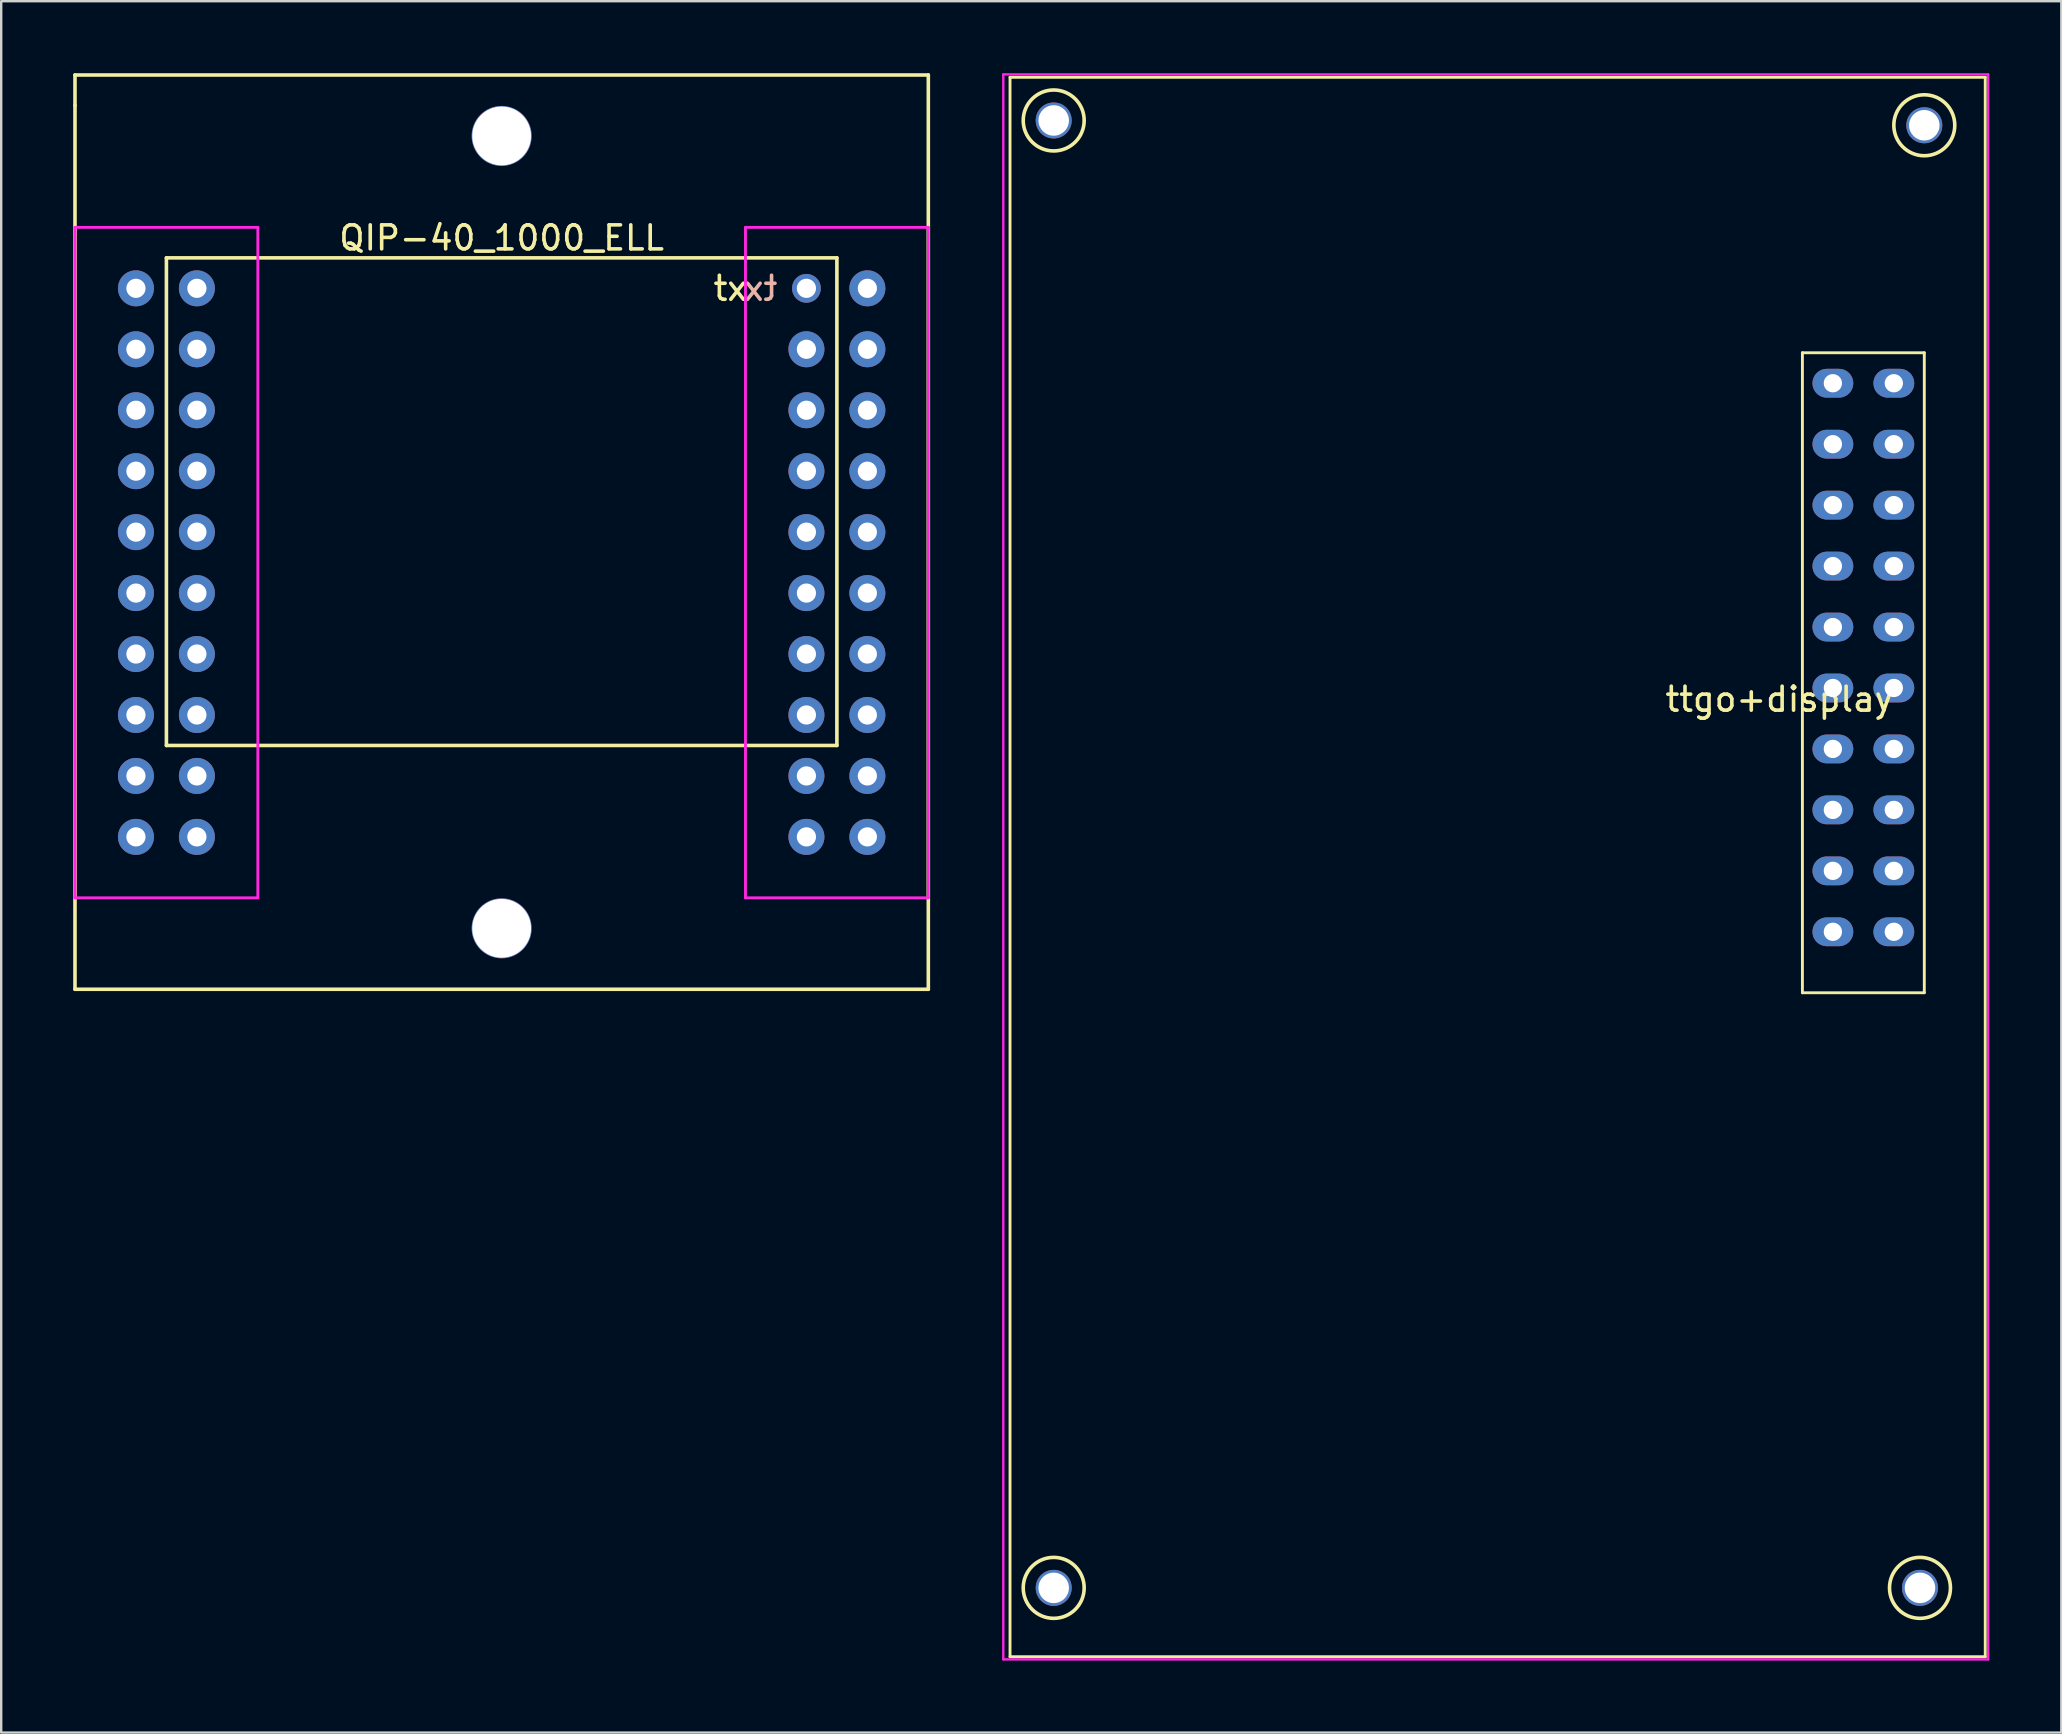
<source format=kicad_pcb>
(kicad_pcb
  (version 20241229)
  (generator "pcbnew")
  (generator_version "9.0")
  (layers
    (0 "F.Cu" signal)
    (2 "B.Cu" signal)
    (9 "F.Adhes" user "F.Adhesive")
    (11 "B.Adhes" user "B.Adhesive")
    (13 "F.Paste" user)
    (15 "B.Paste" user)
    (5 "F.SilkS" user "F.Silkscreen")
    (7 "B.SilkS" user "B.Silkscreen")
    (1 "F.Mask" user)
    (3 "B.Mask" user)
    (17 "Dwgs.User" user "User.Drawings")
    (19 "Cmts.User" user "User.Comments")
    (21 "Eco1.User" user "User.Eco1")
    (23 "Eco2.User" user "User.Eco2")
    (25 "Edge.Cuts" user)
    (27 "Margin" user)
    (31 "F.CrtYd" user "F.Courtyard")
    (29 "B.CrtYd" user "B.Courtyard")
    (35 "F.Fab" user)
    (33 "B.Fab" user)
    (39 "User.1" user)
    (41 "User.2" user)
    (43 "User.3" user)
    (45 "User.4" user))
  (footprint "ttgo+display"
    (layer "F.Cu")
    (at 59.36 31.97)
    (property "Reference" "ttgo+display" (at 11.736 -5.881 0) (layer "F.SilkS") (effects (font (size 1 1) (thickness 0.15))))
    (attr through_hole)
    (fp_line (start -20.32 -31.8) (end -20.32 34.02) (stroke (width 0.12) (type solid)) (layer "F.SilkS"))
    (fp_line (start -20.32 34.02) (end 20.32 34.02) (stroke (width 0.12) (type solid)) (layer "F.SilkS"))
    (fp_line (start 12.7 -20.32) (end 12.7 6.35) (stroke (width 0.12) (type solid)) (layer "F.SilkS"))
    (fp_line (start 12.7 6.35) (end 17.78 6.35) (stroke (width 0.12) (type solid)) (layer "F.SilkS"))
    (fp_line (start 17.78 -20.32) (end 12.7 -20.32) (stroke (width 0.12) (type solid)) (layer "F.SilkS"))
    (fp_line (start 17.78 6.35) (end 17.78 -20.32) (stroke (width 0.12) (type solid)) (layer "F.SilkS"))
    (fp_line (start 20.32 -31.8) (end -20.32 -31.8) (stroke (width 0.12) (type solid)) (layer "F.SilkS"))
    (fp_line (start 20.32 34.02) (end 20.32 -31.8) (stroke (width 0.12) (type solid)) (layer "F.SilkS"))
    (fp_circle (center -18.5 -30) (end -17.23 -30) (stroke (width 0.15) (type solid)) (fill no) (layer "F.SilkS"))
    (fp_circle (center -18.5 31.15) (end -17.23 31.15) (stroke (width 0.15) (type solid)) (fill no) (layer "F.SilkS"))
    (fp_circle (center 17.6 31.15) (end 18.87 31.15) (stroke (width 0.15) (type solid)) (fill no) (layer "F.SilkS"))
    (fp_circle (center 17.78 -29.8) (end 19.05 -29.8) (stroke (width 0.15) (type solid)) (fill no) (layer "F.SilkS"))
    (fp_line (start -20.6 -31.92) (end -20.6 34.13) (stroke (width 0.1) (type solid)) (layer "F.CrtYd"))
    (fp_line (start -20.6 34.13) (end 20.44 34.13) (stroke (width 0.1) (type solid)) (layer "F.CrtYd"))
    (fp_line (start 20.44 -31.92) (end -20.6 -31.92) (stroke (width 0.1) (type solid)) (layer "F.CrtYd"))
    (fp_line (start 20.44 34.13) (end 20.44 -31.92) (stroke (width 0.1) (type solid)) (layer "F.CrtYd"))
    (pad "1" thru_hole oval (at 13.97 -19.05) (size 1.7 1.2) (drill 0.762) (layers "*.Cu" "*.Mask"))
    (pad "2" thru_hole oval (at 13.97 -16.51) (size 1.7 1.2) (drill 0.762) (layers "*.Cu" "*.Mask"))
    (pad "3" thru_hole oval (at 13.97 -13.97) (size 1.7 1.2) (drill 0.762) (layers "*.Cu" "*.Mask"))
    (pad "4" thru_hole oval (at 13.97 -11.43) (size 1.7 1.2) (drill 0.762) (layers "*.Cu" "*.Mask"))
    (pad "5" thru_hole oval (at 13.97 -8.89) (size 1.7 1.2) (drill 0.762) (layers "*.Cu" "*.Mask"))
    (pad "6" thru_hole oval (at 13.97 -6.35) (size 1.7 1.2) (drill 0.762) (layers "*.Cu" "*.Mask"))
    (pad "7" thru_hole oval (at 13.97 -3.81) (size 1.7 1.2) (drill 0.762) (layers "*.Cu" "*.Mask"))
    (pad "8" thru_hole oval (at 13.97 -1.27) (size 1.7 1.2) (drill 0.762) (layers "*.Cu" "*.Mask"))
    (pad "9" thru_hole oval (at 13.97 1.27) (size 1.7 1.2) (drill 0.762) (layers "*.Cu" "*.Mask"))
    (pad "10" thru_hole oval (at 13.97 3.81) (size 1.7 1.2) (drill 0.762) (layers "*.Cu" "*.Mask"))
    (pad "11" thru_hole oval (at 16.51 3.81) (size 1.7 1.2) (drill 0.762) (layers "*.Cu" "*.Mask"))
    (pad "12" thru_hole oval (at 16.51 1.27) (size 1.7 1.2) (drill 0.762) (layers "*.Cu" "*.Mask"))
    (pad "13" thru_hole oval (at 16.51 -1.27) (size 1.7 1.2) (drill 0.762) (layers "*.Cu" "*.Mask"))
    (pad "14" thru_hole oval (at 16.51 -3.81) (size 1.7 1.2) (drill 0.762) (layers "*.Cu" "*.Mask"))
    (pad "15" thru_hole oval (at 16.51 -6.35) (size 1.7 1.2) (drill 0.762) (layers "*.Cu" "*.Mask"))
    (pad "16" thru_hole oval (at 16.51 -8.89) (size 1.7 1.2) (drill 0.762) (layers "*.Cu" "*.Mask"))
    (pad "17" thru_hole oval (at 16.51 -11.43) (size 1.7 1.2) (drill 0.762) (layers "*.Cu" "*.Mask"))
    (pad "18" thru_hole oval (at 16.51 -13.97) (size 1.7 1.2) (drill 0.762) (layers "*.Cu" "*.Mask"))
    (pad "19" thru_hole oval (at 16.51 -16.51) (size 1.7 1.2) (drill 0.762) (layers "*.Cu" "*.Mask"))
    (pad "20" thru_hole oval (at 16.51 -19.05) (size 1.7 1.2) (drill 0.762) (layers "*.Cu" "*.Mask"))
    (pad "21" thru_hole oval (at -18.5 -30) (size 1.5 1.5) (drill 1.27) (layers "*.Cu" "*.Mask"))
    (pad "21" thru_hole oval (at -18.5 31.15) (size 1.5 1.5) (drill 1.27) (layers "*.Cu" "*.Mask"))
    (pad "21" thru_hole oval (at 17.6 31.15) (size 1.5 1.5) (drill 1.27) (layers "*.Cu" "*.Mask"))
    (pad "21" thru_hole oval (at 17.78 -29.8) (size 1.5 1.5) (drill 1.27) (layers "*.Cu" "*.Mask")))
  (footprint "QIP-40_1000_ELL"
    (layer "F.Cu")
    (at 17.855 19.125)
    (property "Reference" "QIP-40_1000_ELL" (at 0 -12.26 0) (layer "F.SilkS") (effects (font (size 1 1) (thickness 0.15))))
    (attr through_hole)
    (fp_line (start -17.78 -19.05) (end -17.78 -17.78) (stroke (width 0.15) (type solid)) (layer "F.SilkS"))
    (fp_line (start -17.78 -17.78) (end -17.78 19.05) (stroke (width 0.15) (type solid)) (layer "F.SilkS"))
    (fp_line (start -17.78 19.05) (end 17.78 19.05) (stroke (width 0.15) (type solid)) (layer "F.SilkS"))
    (fp_line (start -13.97 -11.43) (end -13.97 8.89) (stroke (width 0.15) (type solid)) (layer "F.SilkS"))
    (fp_line (start -13.97 8.89) (end 13.97 8.89) (stroke (width 0.15) (type solid)) (layer "F.SilkS"))
    (fp_line (start 13.97 -11.43) (end -13.97 -11.43) (stroke (width 0.15) (type solid)) (layer "F.SilkS"))
    (fp_line (start 13.97 8.89) (end 13.97 -11.43) (stroke (width 0.15) (type solid)) (layer "F.SilkS"))
    (fp_line (start 17.78 -19.05) (end -17.78 -19.05) (stroke (width 0.15) (type solid)) (layer "F.SilkS"))
    (fp_line (start 17.78 19.05) (end 17.78 -19.05) (stroke (width 0.15) (type solid)) (layer "F.SilkS"))
    (fp_line (start -17.78 -12.7) (end -10.16 -12.7) (stroke (width 0.12) (type solid)) (layer "F.CrtYd"))
    (fp_line (start -17.78 15.24) (end -17.78 -12.7) (stroke (width 0.12) (type solid)) (layer "F.CrtYd"))
    (fp_line (start -10.16 -12.7) (end -10.16 15.24) (stroke (width 0.12) (type solid)) (layer "F.CrtYd"))
    (fp_line (start -10.16 15.24) (end -17.78 15.24) (stroke (width 0.12) (type solid)) (layer "F.CrtYd"))
    (fp_line (start 10.16 -12.7) (end 10.16 15.24) (stroke (width 0.12) (type solid)) (layer "F.CrtYd"))
    (fp_line (start 10.16 -12.7) (end 17.78 -12.7) (stroke (width 0.12) (type solid)) (layer "F.CrtYd"))
    (fp_line (start 17.78 -12.7) (end 17.78 15.24) (stroke (width 0.12) (type solid)) (layer "F.CrtYd"))
    (fp_line (start 17.78 15.24) (end 10.16 15.24) (stroke (width 0.12) (type solid)) (layer "F.CrtYd"))
    (fp_text user "tx" (at 9.525 -10.16 0) (layer "F.SilkS") (effects (font (size 1 1) (thickness 0.15))))
    (fp_text user "tx" (at 10.795 -10.16 0) (layer "B.SilkS") (effects (font (size 1 1) (thickness 0.15)) (justify mirror)))
    (pad "" thru_hole circle (at 0 -16.51 270) (size 2.5 2.5) (drill 2.45) (layers "*.Cu" "*.Mask"))
    (pad "" thru_hole circle (at 0 16.51 270) (size 2.5 2.5) (drill 2.45) (layers "*.Cu" "*.Mask"))
    (pad "1" thru_hole circle (at -12.7 -10.16 270) (size 1.5 1.5) (drill 0.8) (layers "*.Cu" "*.Mask"))
    (pad "2" thru_hole circle (at -12.7 -7.62 270) (size 1.5 1.5) (drill 0.8) (layers "*.Cu" "*.Mask"))
    (pad "3" thru_hole circle (at -12.7 -5.08 270) (size 1.5 1.5) (drill 0.8) (layers "*.Cu" "*.Mask"))
    (pad "4" thru_hole circle (at -12.7 -2.54 270) (size 1.5 1.5) (drill 0.8) (layers "*.Cu" "*.Mask"))
    (pad "5" thru_hole circle (at -12.7 0 270) (size 1.5 1.5) (drill 0.8) (layers "*.Cu" "*.Mask"))
    (pad "6" thru_hole circle (at -12.7 2.54 270) (size 1.5 1.5) (drill 0.8) (layers "*.Cu" "*.Mask"))
    (pad "7" thru_hole circle (at -12.7 5.08 270) (size 1.5 1.5) (drill 0.8) (layers "*.Cu" "*.Mask"))
    (pad "8" thru_hole circle (at -12.7 7.62 270) (size 1.5 1.5) (drill 0.8) (layers "*.Cu" "*.Mask"))
    (pad "9" thru_hole circle (at -12.7 10.16 270) (size 1.5 1.5) (drill 0.8) (layers "*.Cu" "*.Mask"))
    (pad "10" thru_hole circle (at -12.7 12.7 270) (size 1.5 1.5) (drill 0.8) (layers "*.Cu" "*.Mask"))
    (pad "11" thru_hole circle (at 12.7 12.7 270) (size 1.5 1.5) (drill 0.8) (layers "*.Cu" "*.Mask"))
    (pad "12" thru_hole circle (at 12.7 10.16 270) (size 1.5 1.5) (drill 0.8) (layers "*.Cu" "*.Mask"))
    (pad "13" thru_hole circle (at 12.7 7.62 270) (size 1.5 1.5) (drill 0.8) (layers "*.Cu" "*.Mask"))
    (pad "14" thru_hole circle (at 12.7 5.08 270) (size 1.5 1.5) (drill 0.8) (layers "*.Cu" "*.Mask"))
    (pad "15" thru_hole circle (at 12.7 2.54 270) (size 1.5 1.5) (drill 0.8) (layers "*.Cu" "*.Mask"))
    (pad "16" thru_hole circle (at 12.7 0 270) (size 1.5 1.5) (drill 0.8) (layers "*.Cu" "*.Mask"))
    (pad "17" thru_hole circle (at 12.7 -2.54 270) (size 1.5 1.5) (drill 0.8) (layers "*.Cu" "*.Mask"))
    (pad "18" thru_hole circle (at 12.7 -5.08 270) (size 1.5 1.5) (drill 0.8) (layers "*.Cu" "*.Mask"))
    (pad "19" thru_hole circle (at 12.7 -7.62 270) (size 1.5 1.5) (drill 0.8) (layers "*.Cu" "*.Mask"))
    (pad "20" thru_hole circle (at 12.7 -10.16 270) (size 1.2 1.2) (drill 0.8) (layers "*.Cu" "*.Mask"))
    (pad "21" thru_hole circle (at -15.24 -10.16 270) (size 1.5 1.5) (drill 0.8) (layers "*.Cu" "*.Mask"))
    (pad "22" thru_hole circle (at -15.24 -7.62 270) (size 1.5 1.5) (drill 0.8) (layers "*.Cu" "*.Mask"))
    (pad "23" thru_hole circle (at -15.24 -5.08 270) (size 1.5 1.5) (drill 0.8) (layers "*.Cu" "*.Mask"))
    (pad "24" thru_hole circle (at -15.24 -2.54 270) (size 1.5 1.5) (drill 0.8) (layers "*.Cu" "*.Mask"))
    (pad "25" thru_hole circle (at -15.24 0 270) (size 1.5 1.5) (drill 0.8) (layers "*.Cu" "*.Mask"))
    (pad "26" thru_hole circle (at -15.24 2.54 270) (size 1.5 1.5) (drill 0.8) (layers "*.Cu" "*.Mask"))
    (pad "27" thru_hole circle (at -15.24 5.08 270) (size 1.5 1.5) (drill 0.8) (layers "*.Cu" "*.Mask"))
    (pad "28" thru_hole circle (at -15.24 7.62 270) (size 1.5 1.5) (drill 0.8) (layers "*.Cu" "*.Mask"))
    (pad "29" thru_hole circle (at -15.24 10.16 270) (size 1.5 1.5) (drill 0.8) (layers "*.Cu" "*.Mask"))
    (pad "30" thru_hole circle (at -15.24 12.7 270) (size 1.5 1.5) (drill 0.8) (layers "*.Cu" "*.Mask"))
    (pad "31" thru_hole circle (at 15.24 12.7 90) (size 1.5 1.5) (drill 0.8) (layers "*.Cu" "*.Mask"))
    (pad "32" thru_hole circle (at 15.24 10.16 90) (size 1.5 1.5) (drill 0.8) (layers "*.Cu" "*.Mask"))
    (pad "33" thru_hole circle (at 15.24 7.62 90) (size 1.5 1.5) (drill 0.8) (layers "*.Cu" "*.Mask"))
    (pad "34" thru_hole circle (at 15.24 5.08 90) (size 1.5 1.5) (drill 0.8) (layers "*.Cu" "*.Mask"))
    (pad "35" thru_hole circle (at 15.24 2.54 90) (size 1.5 1.5) (drill 0.8) (layers "*.Cu" "*.Mask"))
    (pad "36" thru_hole circle (at 15.24 0 90) (size 1.5 1.5) (drill 0.8) (layers "*.Cu" "*.Mask"))
    (pad "37" thru_hole circle (at 15.24 -2.54 90) (size 1.5 1.5) (drill 0.8) (layers "*.Cu" "*.Mask"))
    (pad "38" thru_hole circle (at 15.24 -5.08 90) (size 1.5 1.5) (drill 0.8) (layers "*.Cu" "*.Mask"))
    (pad "39" thru_hole circle (at 15.24 -7.62 90) (size 1.5 1.5) (drill 0.8) (layers "*.Cu" "*.Mask"))
    (pad "40" thru_hole circle (at 15.24 -10.16 90) (size 1.5 1.5) (drill 0.8) (layers "*.Cu" "*.Mask")))
  (gr_rect
    (start -3 -3)
    (end 82.85 69.15)
    (stroke (width 0.1) (type default))
    (fill no)
    (layer "Edge.Cuts")))
</source>
